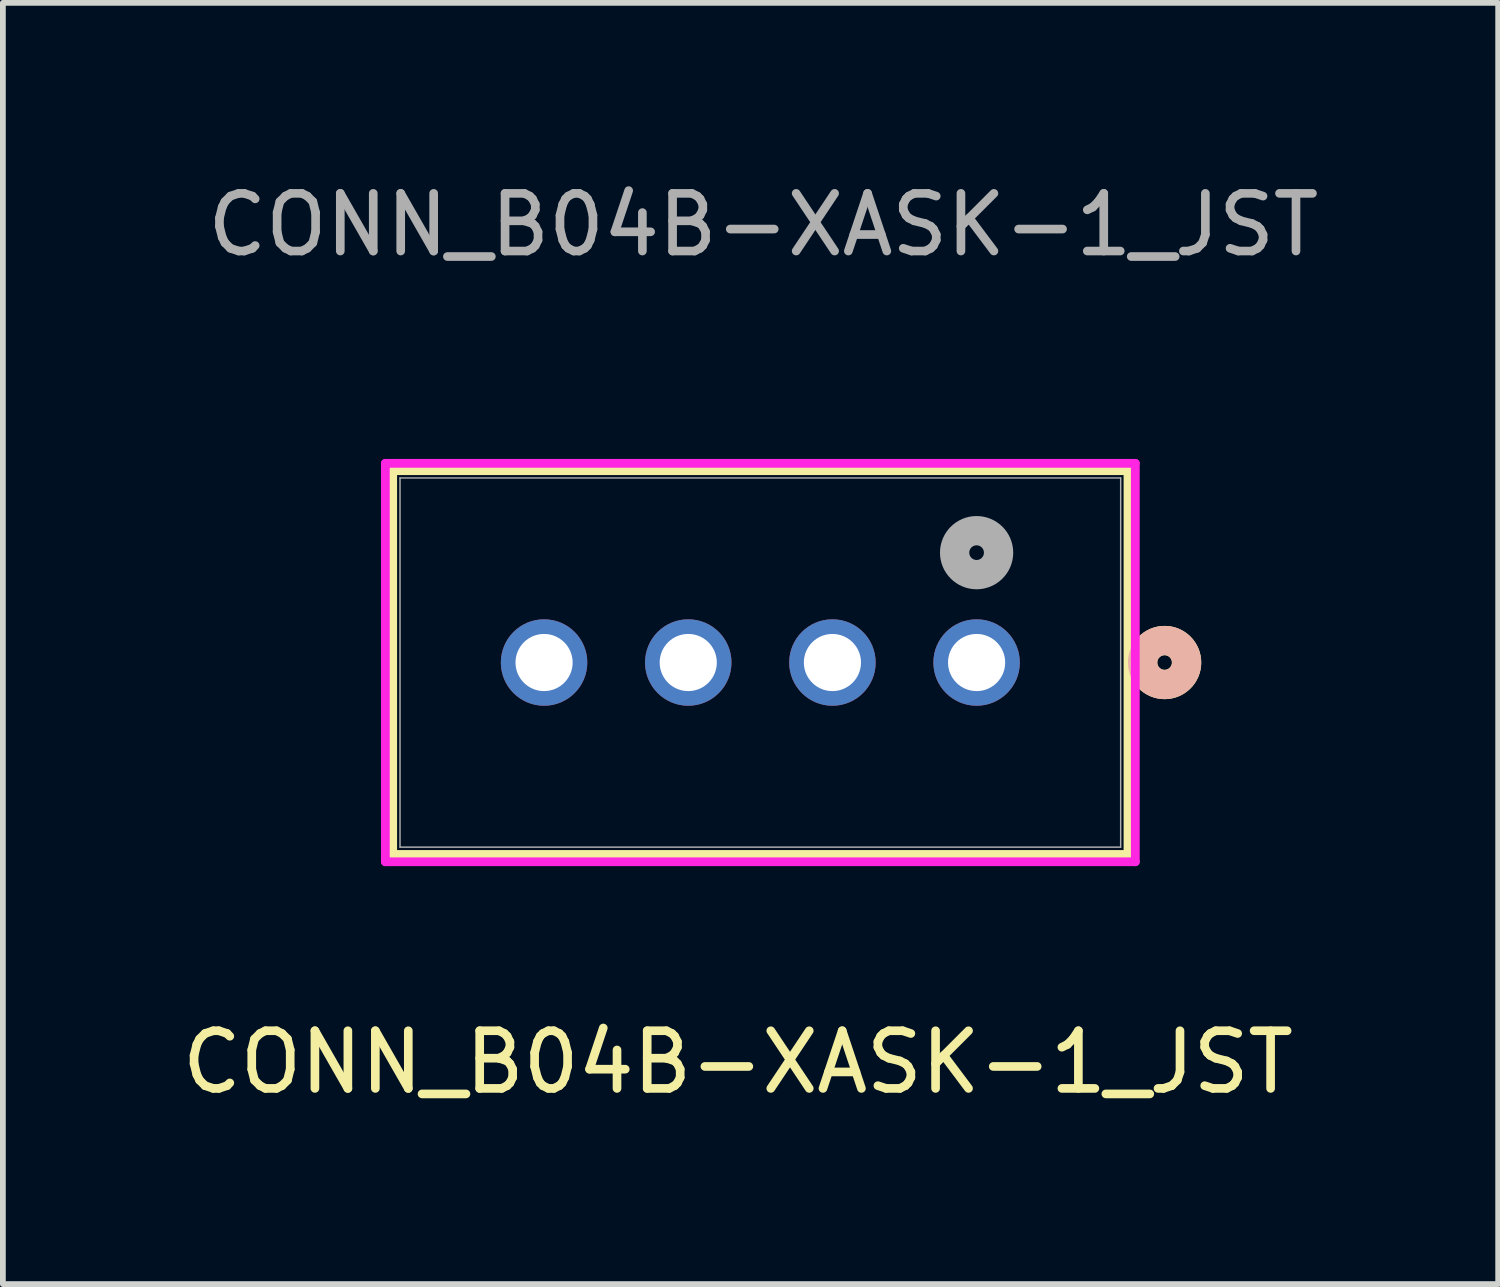
<source format=kicad_pcb>
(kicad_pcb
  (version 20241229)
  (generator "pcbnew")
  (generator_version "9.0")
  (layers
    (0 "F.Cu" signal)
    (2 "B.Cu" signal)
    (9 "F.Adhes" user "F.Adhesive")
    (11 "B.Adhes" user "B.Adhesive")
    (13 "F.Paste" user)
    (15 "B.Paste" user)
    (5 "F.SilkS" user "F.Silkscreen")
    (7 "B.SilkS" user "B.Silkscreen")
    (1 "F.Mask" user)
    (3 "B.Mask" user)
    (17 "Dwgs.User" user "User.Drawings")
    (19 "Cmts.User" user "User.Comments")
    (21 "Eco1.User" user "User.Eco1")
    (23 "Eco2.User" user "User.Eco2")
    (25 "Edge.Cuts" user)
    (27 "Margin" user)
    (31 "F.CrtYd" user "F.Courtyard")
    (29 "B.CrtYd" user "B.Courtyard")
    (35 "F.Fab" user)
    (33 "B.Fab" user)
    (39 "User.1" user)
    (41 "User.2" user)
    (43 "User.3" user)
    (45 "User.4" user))
  (footprint "CONN_B04B-XASK-1_JST"
    (layer "F.Cu")
    (at 13.884 8.438)
    (property "Reference" "CONN_B04B-XASK-1_JST" (at -4.14 6.93 0) (unlocked yes) (layer "F.SilkS") (effects (font (size 1 1) (thickness 0.15))))
    (attr through_hole)
    (fp_line (start -10.125 -3.327) (end -10.125 3.328) (stroke (width 0.152) (type solid)) (layer "F.SilkS"))
    (fp_line (start -10.125 3.328) (end 2.625 3.328) (stroke (width 0.152) (type solid)) (layer "F.SilkS"))
    (fp_line (start 2.625 -3.327) (end -10.125 -3.327) (stroke (width 0.152) (type solid)) (layer "F.SilkS"))
    (fp_line (start 2.625 3.328) (end 2.625 -3.327) (stroke (width 0.152) (type solid)) (layer "F.SilkS"))
    (fp_circle (center 3.26 0) (end 3.641 0) (stroke (width 0.508) (type solid)) (fill no) (layer "F.SilkS"))
    (fp_circle (center 3.26 0) (end 3.641 0) (stroke (width 0.508) (type solid)) (fill no) (layer "B.SilkS"))
    (fp_line (start -10.252 -3.454) (end -10.252 3.455) (stroke (width 0.152) (type solid)) (layer "F.CrtYd"))
    (fp_line (start -10.252 3.455) (end 2.752 3.455) (stroke (width 0.152) (type solid)) (layer "F.CrtYd"))
    (fp_line (start 2.752 -3.454) (end -10.252 -3.454) (stroke (width 0.152) (type solid)) (layer "F.CrtYd"))
    (fp_line (start 2.752 3.455) (end 2.752 -3.454) (stroke (width 0.152) (type solid)) (layer "F.CrtYd"))
    (fp_line (start -9.998 -3.2) (end -9.998 3.201) (stroke (width 0.025) (type solid)) (layer "F.Fab"))
    (fp_line (start -9.998 3.201) (end 2.498 3.201) (stroke (width 0.025) (type solid)) (layer "F.Fab"))
    (fp_line (start 2.498 -3.2) (end -9.998 -3.2) (stroke (width 0.025) (type solid)) (layer "F.Fab"))
    (fp_line (start 2.498 3.201) (end 2.498 -3.2) (stroke (width 0.025) (type solid)) (layer "F.Fab"))
    (fp_circle (center 0 -1.905) (end 0.381 -1.905) (stroke (width 0.508) (type solid)) (fill no) (layer "F.Fab"))
    (fp_text user "${REFERENCE}" (at -3.7 -7.59 0) (unlocked yes) (layer "F.Fab") (effects (font (size 1 1) (thickness 0.15))))
    (pad "1" thru_hole circle (at 0 0) (size 1.499 1.499) (drill 0.991) (layers "*.Cu" "*.Mask"))
    (pad "2" thru_hole circle (at -2.5 0) (size 1.499 1.499) (drill 0.991) (layers "*.Cu" "*.Mask"))
    (pad "3" thru_hole circle (at -5 0) (size 1.499 1.499) (drill 0.991) (layers "*.Cu" "*.Mask"))
    (pad "4" thru_hole circle (at -7.5 0) (size 1.499 1.499) (drill 0.991) (layers "*.Cu" "*.Mask")))
  (gr_rect
    (start -3 -3)
    (end 22.928 19.216)
    (stroke (width 0.1) (type default))
    (fill no)
    (layer "Edge.Cuts")))
</source>
